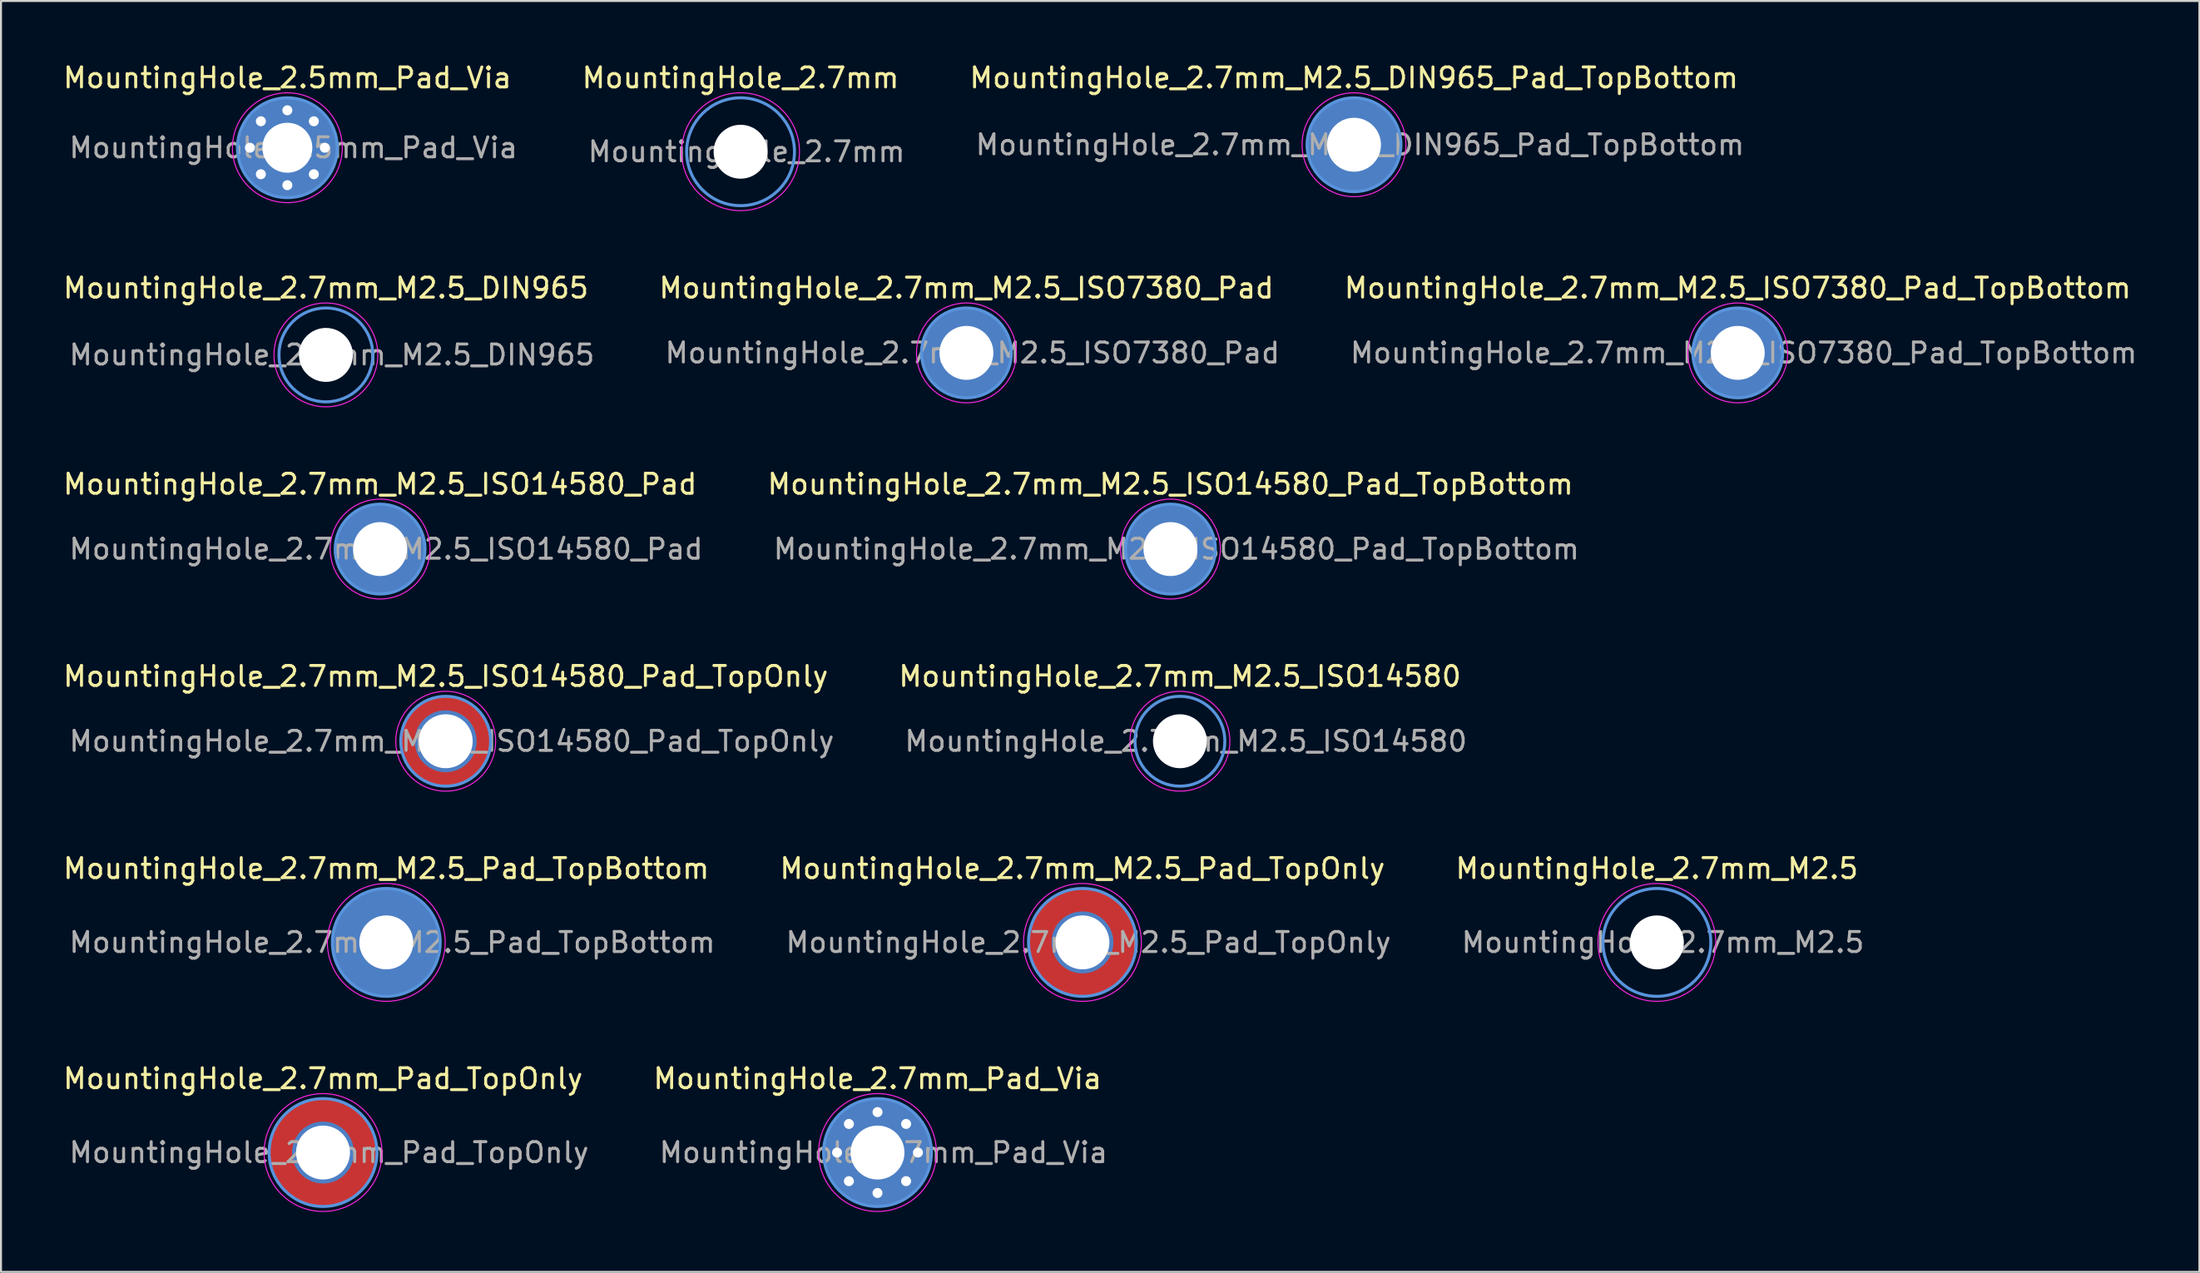
<source format=kicad_pcb>
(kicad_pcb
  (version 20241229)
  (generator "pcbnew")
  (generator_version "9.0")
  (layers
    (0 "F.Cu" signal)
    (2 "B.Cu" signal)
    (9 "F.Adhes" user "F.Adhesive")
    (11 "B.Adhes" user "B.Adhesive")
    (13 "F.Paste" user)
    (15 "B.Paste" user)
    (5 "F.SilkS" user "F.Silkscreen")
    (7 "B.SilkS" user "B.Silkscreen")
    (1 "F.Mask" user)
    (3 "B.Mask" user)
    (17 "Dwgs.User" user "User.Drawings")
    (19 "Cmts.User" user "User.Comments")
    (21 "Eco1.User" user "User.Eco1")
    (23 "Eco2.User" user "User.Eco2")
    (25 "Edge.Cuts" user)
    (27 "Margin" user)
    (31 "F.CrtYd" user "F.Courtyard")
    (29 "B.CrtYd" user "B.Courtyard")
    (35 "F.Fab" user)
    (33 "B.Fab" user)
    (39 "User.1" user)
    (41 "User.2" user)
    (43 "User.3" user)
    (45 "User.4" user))
  (footprint "MountingHole_2.7mm_M2.5_Pad_TopBottom"
    (layer "F.Cu")
    (at 16.292 44.141)
    (property "Reference" "MountingHole_2.7mm_M2.5_Pad_TopBottom" (at 0 -3.7 0) (layer "F.SilkS") (effects (font (size 1 1) (thickness 0.15))))
    (attr exclude_from_pos_files exclude_from_bom)
    (fp_circle (center 0 0) (end 2.7 0) (stroke (width 0.15) (type solid)) (fill no) (layer "Cmts.User"))
    (fp_circle (center 0 0) (end 2.95 0) (stroke (width 0.05) (type solid)) (fill no) (layer "F.CrtYd"))
    (fp_text user "${REFERENCE}" (at 0.3 0 0) (layer "F.Fab") (effects (font (size 1 1) (thickness 0.15))))
    (pad "1" thru_hole circle (at 0 0) (size 3.1 3.1) (drill 2.7) (layers "*.Cu" "*.Mask"))
    (pad "1" connect circle (at 0 0) (size 5.4 5.4) (layers "F.Cu" "F.Mask"))
    (pad "1" connect circle (at 0 0) (size 5.4 5.4) (layers "B.Cu" "B.Mask")))
  (footprint "MountingHole_2.7mm_Pad_TopOnly"
    (layer "F.Cu")
    (at 13.125 54.664)
    (property "Reference" "MountingHole_2.7mm_Pad_TopOnly" (at 0 -3.7 0) (layer "F.SilkS") (effects (font (size 1 1) (thickness 0.15))))
    (attr exclude_from_pos_files exclude_from_bom)
    (fp_circle (center 0 0) (end 2.7 0) (stroke (width 0.15) (type solid)) (fill no) (layer "Cmts.User"))
    (fp_circle (center 0 0) (end 2.95 0) (stroke (width 0.05) (type solid)) (fill no) (layer "F.CrtYd"))
    (fp_text user "${REFERENCE}" (at 0.3 0 0) (layer "F.Fab") (effects (font (size 1 1) (thickness 0.15))))
    (pad "1" thru_hole circle (at 0 0) (size 3.1 3.1) (drill 2.7) (layers "*.Cu" "*.Mask"))
    (pad "1" connect circle (at 0 0) (size 5.4 5.4) (layers "F.Cu" "F.Mask")))
  (footprint "MountingHole_2.7mm_Pad_Via"
    (layer "F.Cu")
    (at 40.889 54.664)
    (property "Reference" "MountingHole_2.7mm_Pad_Via" (at 0 -3.7 0) (layer "F.SilkS") (effects (font (size 1 1) (thickness 0.15))))
    (attr exclude_from_pos_files exclude_from_bom)
    (fp_circle (center 0 0) (end 2.7 0) (stroke (width 0.15) (type solid)) (fill no) (layer "Cmts.User"))
    (fp_circle (center 0 0) (end 2.95 0) (stroke (width 0.05) (type solid)) (fill no) (layer "F.CrtYd"))
    (fp_text user "${REFERENCE}" (at 0.3 0 0) (layer "F.Fab") (effects (font (size 1 1) (thickness 0.15))))
    (pad "" thru_hole circle (at -2.025 0) (size 0.8 0.8) (drill 0.5) (layers "*.Cu" "*.Mask"))
    (pad "" thru_hole circle (at -1.432 -1.432) (size 0.8 0.8) (drill 0.5) (layers "*.Cu" "*.Mask"))
    (pad "" thru_hole circle (at -1.432 1.432) (size 0.8 0.8) (drill 0.5) (layers "*.Cu" "*.Mask"))
    (pad "" thru_hole circle (at 0 -2.025) (size 0.8 0.8) (drill 0.5) (layers "*.Cu" "*.Mask"))
    (pad "" thru_hole circle (at 0 2.025) (size 0.8 0.8) (drill 0.5) (layers "*.Cu" "*.Mask"))
    (pad "" thru_hole circle (at 1.432 -1.432) (size 0.8 0.8) (drill 0.5) (layers "*.Cu" "*.Mask"))
    (pad "" thru_hole circle (at 1.432 1.432) (size 0.8 0.8) (drill 0.5) (layers "*.Cu" "*.Mask"))
    (pad "" thru_hole circle (at 2.025 0) (size 0.8 0.8) (drill 0.5) (layers "*.Cu" "*.Mask"))
    (pad "1" thru_hole circle (at 0 0) (size 5.4 5.4) (drill 2.7) (layers "*.Cu" "*.Mask")))
  (footprint "MountingHole_2.7mm_M2.5_DIN965_Pad_TopBottom"
    (layer "F.Cu")
    (at 64.749 4.198)
    (property "Reference" "MountingHole_2.7mm_M2.5_DIN965_Pad_TopBottom" (at 0 -3.35 0) (layer "F.SilkS") (effects (font (size 1 1) (thickness 0.15))))
    (attr exclude_from_pos_files exclude_from_bom)
    (fp_circle (center 0 0) (end 2.35 0) (stroke (width 0.15) (type solid)) (fill no) (layer "Cmts.User"))
    (fp_circle (center 0 0) (end 2.6 0) (stroke (width 0.05) (type solid)) (fill no) (layer "F.CrtYd"))
    (fp_text user "${REFERENCE}" (at 0.3 0 0) (layer "F.Fab") (effects (font (size 1 1) (thickness 0.15))))
    (pad "1" thru_hole circle (at 0 0) (size 3.1 3.1) (drill 2.7) (layers "*.Cu" "*.Mask"))
    (pad "1" connect circle (at 0 0) (size 4.7 4.7) (layers "F.Cu" "F.Mask"))
    (pad "1" connect circle (at 0 0) (size 4.7 4.7) (layers "B.Cu" "B.Mask")))
  (footprint "MountingHole_2.7mm_M2.5_ISO14580_Pad_TopBottom"
    (layer "F.Cu")
    (at 55.556 24.445)
    (property "Reference" "MountingHole_2.7mm_M2.5_ISO14580_Pad_TopBottom" (at 0 -3.25 0) (layer "F.SilkS") (effects (font (size 1 1) (thickness 0.15))))
    (attr exclude_from_pos_files exclude_from_bom)
    (fp_circle (center 0 0) (end 2.25 0) (stroke (width 0.15) (type solid)) (fill no) (layer "Cmts.User"))
    (fp_circle (center 0 0) (end 2.5 0) (stroke (width 0.05) (type solid)) (fill no) (layer "F.CrtYd"))
    (fp_text user "${REFERENCE}" (at 0.3 0 0) (layer "F.Fab") (effects (font (size 1 1) (thickness 0.15))))
    (pad "1" thru_hole circle (at 0 0) (size 3.1 3.1) (drill 2.7) (layers "*.Cu" "*.Mask"))
    (pad "1" connect circle (at 0 0) (size 4.5 4.5) (layers "F.Cu" "F.Mask"))
    (pad "1" connect circle (at 0 0) (size 4.5 4.5) (layers "B.Cu" "B.Mask")))
  (footprint "MountingHole_2.7mm_M2.5_ISO14580"
    (layer "F.Cu")
    (at 56.032 34.068)
    (property "Reference" "MountingHole_2.7mm_M2.5_ISO14580" (at 0 -3.25 0) (layer "F.SilkS") (effects (font (size 1 1) (thickness 0.15))))
    (attr exclude_from_pos_files exclude_from_bom)
    (fp_circle (center 0 0) (end 2.25 0) (stroke (width 0.15) (type solid)) (fill no) (layer "Cmts.User"))
    (fp_circle (center 0 0) (end 2.5 0) (stroke (width 0.05) (type solid)) (fill no) (layer "F.CrtYd"))
    (fp_text user "${REFERENCE}" (at 0.3 0 0) (layer "F.Fab") (effects (font (size 1 1) (thickness 0.15))))
    (pad "" np_thru_hole circle (at 0 0) (size 2.7 2.7) (drill 2.7) (layers "*.Cu" "*.Mask")))
  (footprint "MountingHole_2.7mm_M2.5_ISO7380_Pad_TopBottom"
    (layer "F.Cu")
    (at 83.963 14.621)
    (property "Reference" "MountingHole_2.7mm_M2.5_ISO7380_Pad_TopBottom" (at 0 -3.25 0) (layer "F.SilkS") (effects (font (size 1 1) (thickness 0.15))))
    (attr exclude_from_pos_files exclude_from_bom)
    (fp_circle (center 0 0) (end 2.25 0) (stroke (width 0.15) (type solid)) (fill no) (layer "Cmts.User"))
    (fp_circle (center 0 0) (end 2.5 0) (stroke (width 0.05) (type solid)) (fill no) (layer "F.CrtYd"))
    (fp_text user "${REFERENCE}" (at 0.3 0 0) (layer "F.Fab") (effects (font (size 1 1) (thickness 0.15))))
    (pad "1" thru_hole circle (at 0 0) (size 3.1 3.1) (drill 2.7) (layers "*.Cu" "*.Mask"))
    (pad "1" connect circle (at 0 0) (size 4.5 4.5) (layers "F.Cu" "F.Mask"))
    (pad "1" connect circle (at 0 0) (size 4.5 4.5) (layers "B.Cu" "B.Mask")))
  (footprint "MountingHole_2.7mm_M2.5_Pad_TopOnly"
    (layer "F.Cu")
    (at 51.151 44.141)
    (property "Reference" "MountingHole_2.7mm_M2.5_Pad_TopOnly" (at 0 -3.7 0) (layer "F.SilkS") (effects (font (size 1 1) (thickness 0.15))))
    (attr exclude_from_pos_files exclude_from_bom)
    (fp_circle (center 0 0) (end 2.7 0) (stroke (width 0.15) (type solid)) (fill no) (layer "Cmts.User"))
    (fp_circle (center 0 0) (end 2.95 0) (stroke (width 0.05) (type solid)) (fill no) (layer "F.CrtYd"))
    (fp_text user "${REFERENCE}" (at 0.3 0 0) (layer "F.Fab") (effects (font (size 1 1) (thickness 0.15))))
    (pad "1" thru_hole circle (at 0 0) (size 3.1 3.1) (drill 2.7) (layers "*.Cu" "*.Mask"))
    (pad "1" connect circle (at 0 0) (size 5.4 5.4) (layers "F.Cu" "F.Mask")))
  (footprint "MountingHole_2.7mm_M2.5_ISO7380_Pad"
    (layer "F.Cu")
    (at 45.342 14.621)
    (property "Reference" "MountingHole_2.7mm_M2.5_ISO7380_Pad" (at 0 -3.25 0) (layer "F.SilkS") (effects (font (size 1 1) (thickness 0.15))))
    (attr exclude_from_pos_files exclude_from_bom)
    (fp_circle (center 0 0) (end 2.25 0) (stroke (width 0.15) (type solid)) (fill no) (layer "Cmts.User"))
    (fp_circle (center 0 0) (end 2.5 0) (stroke (width 0.05) (type solid)) (fill no) (layer "F.CrtYd"))
    (fp_text user "${REFERENCE}" (at 0.3 0 0) (layer "F.Fab") (effects (font (size 1 1) (thickness 0.15))))
    (pad "1" thru_hole circle (at 0 0) (size 4.5 4.5) (drill 2.7) (layers "*.Cu" "*.Mask")))
  (footprint "MountingHole_2.7mm_M2.5"
    (layer "F.Cu")
    (at 79.915 44.141)
    (property "Reference" "MountingHole_2.7mm_M2.5" (at 0 -3.7 0) (layer "F.SilkS") (effects (font (size 1 1) (thickness 0.15))))
    (attr exclude_from_pos_files exclude_from_bom)
    (fp_circle (center 0 0) (end 2.7 0) (stroke (width 0.15) (type solid)) (fill no) (layer "Cmts.User"))
    (fp_circle (center 0 0) (end 2.95 0) (stroke (width 0.05) (type solid)) (fill no) (layer "F.CrtYd"))
    (fp_text user "${REFERENCE}" (at 0.3 0 0) (layer "F.Fab") (effects (font (size 1 1) (thickness 0.15))))
    (pad "" np_thru_hole circle (at 0 0) (size 2.7 2.7) (drill 2.7) (layers "*.Cu" "*.Mask")))
  (footprint "MountingHole_2.5mm_Pad_Via"
    (layer "F.Cu")
    (at 11.339 4.348)
    (property "Reference" "MountingHole_2.5mm_Pad_Via" (at 0 -3.5 0) (layer "F.SilkS") (effects (font (size 1 1) (thickness 0.15))))
    (attr exclude_from_pos_files exclude_from_bom)
    (fp_circle (center 0 0) (end 2.5 0) (stroke (width 0.15) (type solid)) (fill no) (layer "Cmts.User"))
    (fp_circle (center 0 0) (end 2.75 0) (stroke (width 0.05) (type solid)) (fill no) (layer "F.CrtYd"))
    (fp_text user "${REFERENCE}" (at 0.3 0 0) (layer "F.Fab") (effects (font (size 1 1) (thickness 0.15))))
    (pad "" thru_hole circle (at -1.875 0) (size 0.8 0.8) (drill 0.5) (layers "*.Cu" "*.Mask"))
    (pad "" thru_hole circle (at -1.326 -1.326) (size 0.8 0.8) (drill 0.5) (layers "*.Cu" "*.Mask"))
    (pad "" thru_hole circle (at -1.326 1.326) (size 0.8 0.8) (drill 0.5) (layers "*.Cu" "*.Mask"))
    (pad "" thru_hole circle (at 0 -1.875) (size 0.8 0.8) (drill 0.5) (layers "*.Cu" "*.Mask"))
    (pad "" thru_hole circle (at 0 1.875) (size 0.8 0.8) (drill 0.5) (layers "*.Cu" "*.Mask"))
    (pad "" thru_hole circle (at 1.326 -1.326) (size 0.8 0.8) (drill 0.5) (layers "*.Cu" "*.Mask"))
    (pad "" thru_hole circle (at 1.326 1.326) (size 0.8 0.8) (drill 0.5) (layers "*.Cu" "*.Mask"))
    (pad "" thru_hole circle (at 1.875 0) (size 0.8 0.8) (drill 0.5) (layers "*.Cu" "*.Mask"))
    (pad "1" thru_hole circle (at 0 0) (size 5 5) (drill 2.5) (layers "*.Cu" "*.Mask")))
  (footprint "MountingHole_2.7mm_M2.5_ISO14580_Pad"
    (layer "F.Cu")
    (at 15.982 24.445)
    (property "Reference" "MountingHole_2.7mm_M2.5_ISO14580_Pad" (at 0 -3.25 0) (layer "F.SilkS") (effects (font (size 1 1) (thickness 0.15))))
    (attr exclude_from_pos_files exclude_from_bom)
    (fp_circle (center 0 0) (end 2.25 0) (stroke (width 0.15) (type solid)) (fill no) (layer "Cmts.User"))
    (fp_circle (center 0 0) (end 2.5 0) (stroke (width 0.05) (type solid)) (fill no) (layer "F.CrtYd"))
    (fp_text user "${REFERENCE}" (at 0.3 0 0) (layer "F.Fab") (effects (font (size 1 1) (thickness 0.15))))
    (pad "1" thru_hole circle (at 0 0) (size 4.5 4.5) (drill 2.7) (layers "*.Cu" "*.Mask")))
  (footprint "MountingHole_2.7mm_M2.5_DIN965"
    (layer "F.Cu")
    (at 13.268 14.722)
    (property "Reference" "MountingHole_2.7mm_M2.5_DIN965" (at 0 -3.35 0) (layer "F.SilkS") (effects (font (size 1 1) (thickness 0.15))))
    (attr exclude_from_pos_files exclude_from_bom)
    (fp_circle (center 0 0) (end 2.35 0) (stroke (width 0.15) (type solid)) (fill no) (layer "Cmts.User"))
    (fp_circle (center 0 0) (end 2.6 0) (stroke (width 0.05) (type solid)) (fill no) (layer "F.CrtYd"))
    (fp_text user "${REFERENCE}" (at 0.3 0 0) (layer "F.Fab") (effects (font (size 1 1) (thickness 0.15))))
    (pad "" np_thru_hole circle (at 0 0) (size 2.7 2.7) (drill 2.7) (layers "*.Cu" "*.Mask")))
  (footprint "MountingHole_2.7mm"
    (layer "F.Cu")
    (at 34.032 4.548)
    (property "Reference" "MountingHole_2.7mm" (at 0 -3.7 0) (layer "F.SilkS") (effects (font (size 1 1) (thickness 0.15))))
    (attr exclude_from_pos_files exclude_from_bom)
    (fp_circle (center 0 0) (end 2.7 0) (stroke (width 0.15) (type solid)) (fill no) (layer "Cmts.User"))
    (fp_circle (center 0 0) (end 2.95 0) (stroke (width 0.05) (type solid)) (fill no) (layer "F.CrtYd"))
    (fp_text user "${REFERENCE}" (at 0.3 0 0) (layer "F.Fab") (effects (font (size 1 1) (thickness 0.15))))
    (pad "" np_thru_hole circle (at 0 0) (size 2.7 2.7) (drill 2.7) (layers "*.Cu" "*.Mask")))
  (footprint "MountingHole_2.7mm_M2.5_ISO14580_Pad_TopOnly"
    (layer "F.Cu")
    (at 19.268 34.068)
    (property "Reference" "MountingHole_2.7mm_M2.5_ISO14580_Pad_TopOnly" (at 0 -3.25 0) (layer "F.SilkS") (effects (font (size 1 1) (thickness 0.15))))
    (attr exclude_from_pos_files exclude_from_bom)
    (fp_circle (center 0 0) (end 2.25 0) (stroke (width 0.15) (type solid)) (fill no) (layer "Cmts.User"))
    (fp_circle (center 0 0) (end 2.5 0) (stroke (width 0.05) (type solid)) (fill no) (layer "F.CrtYd"))
    (fp_text user "${REFERENCE}" (at 0.3 0 0) (layer "F.Fab") (effects (font (size 1 1) (thickness 0.15))))
    (pad "1" thru_hole circle (at 0 0) (size 3.1 3.1) (drill 2.7) (layers "*.Cu" "*.Mask"))
    (pad "1" connect circle (at 0 0) (size 4.5 4.5) (layers "F.Cu" "F.Mask")))
  (gr_rect
    (start -3 -3)
    (end 107.079 60.639)
    (stroke (width 0.1) (type default))
    (fill no)
    (layer "Edge.Cuts")))
</source>
